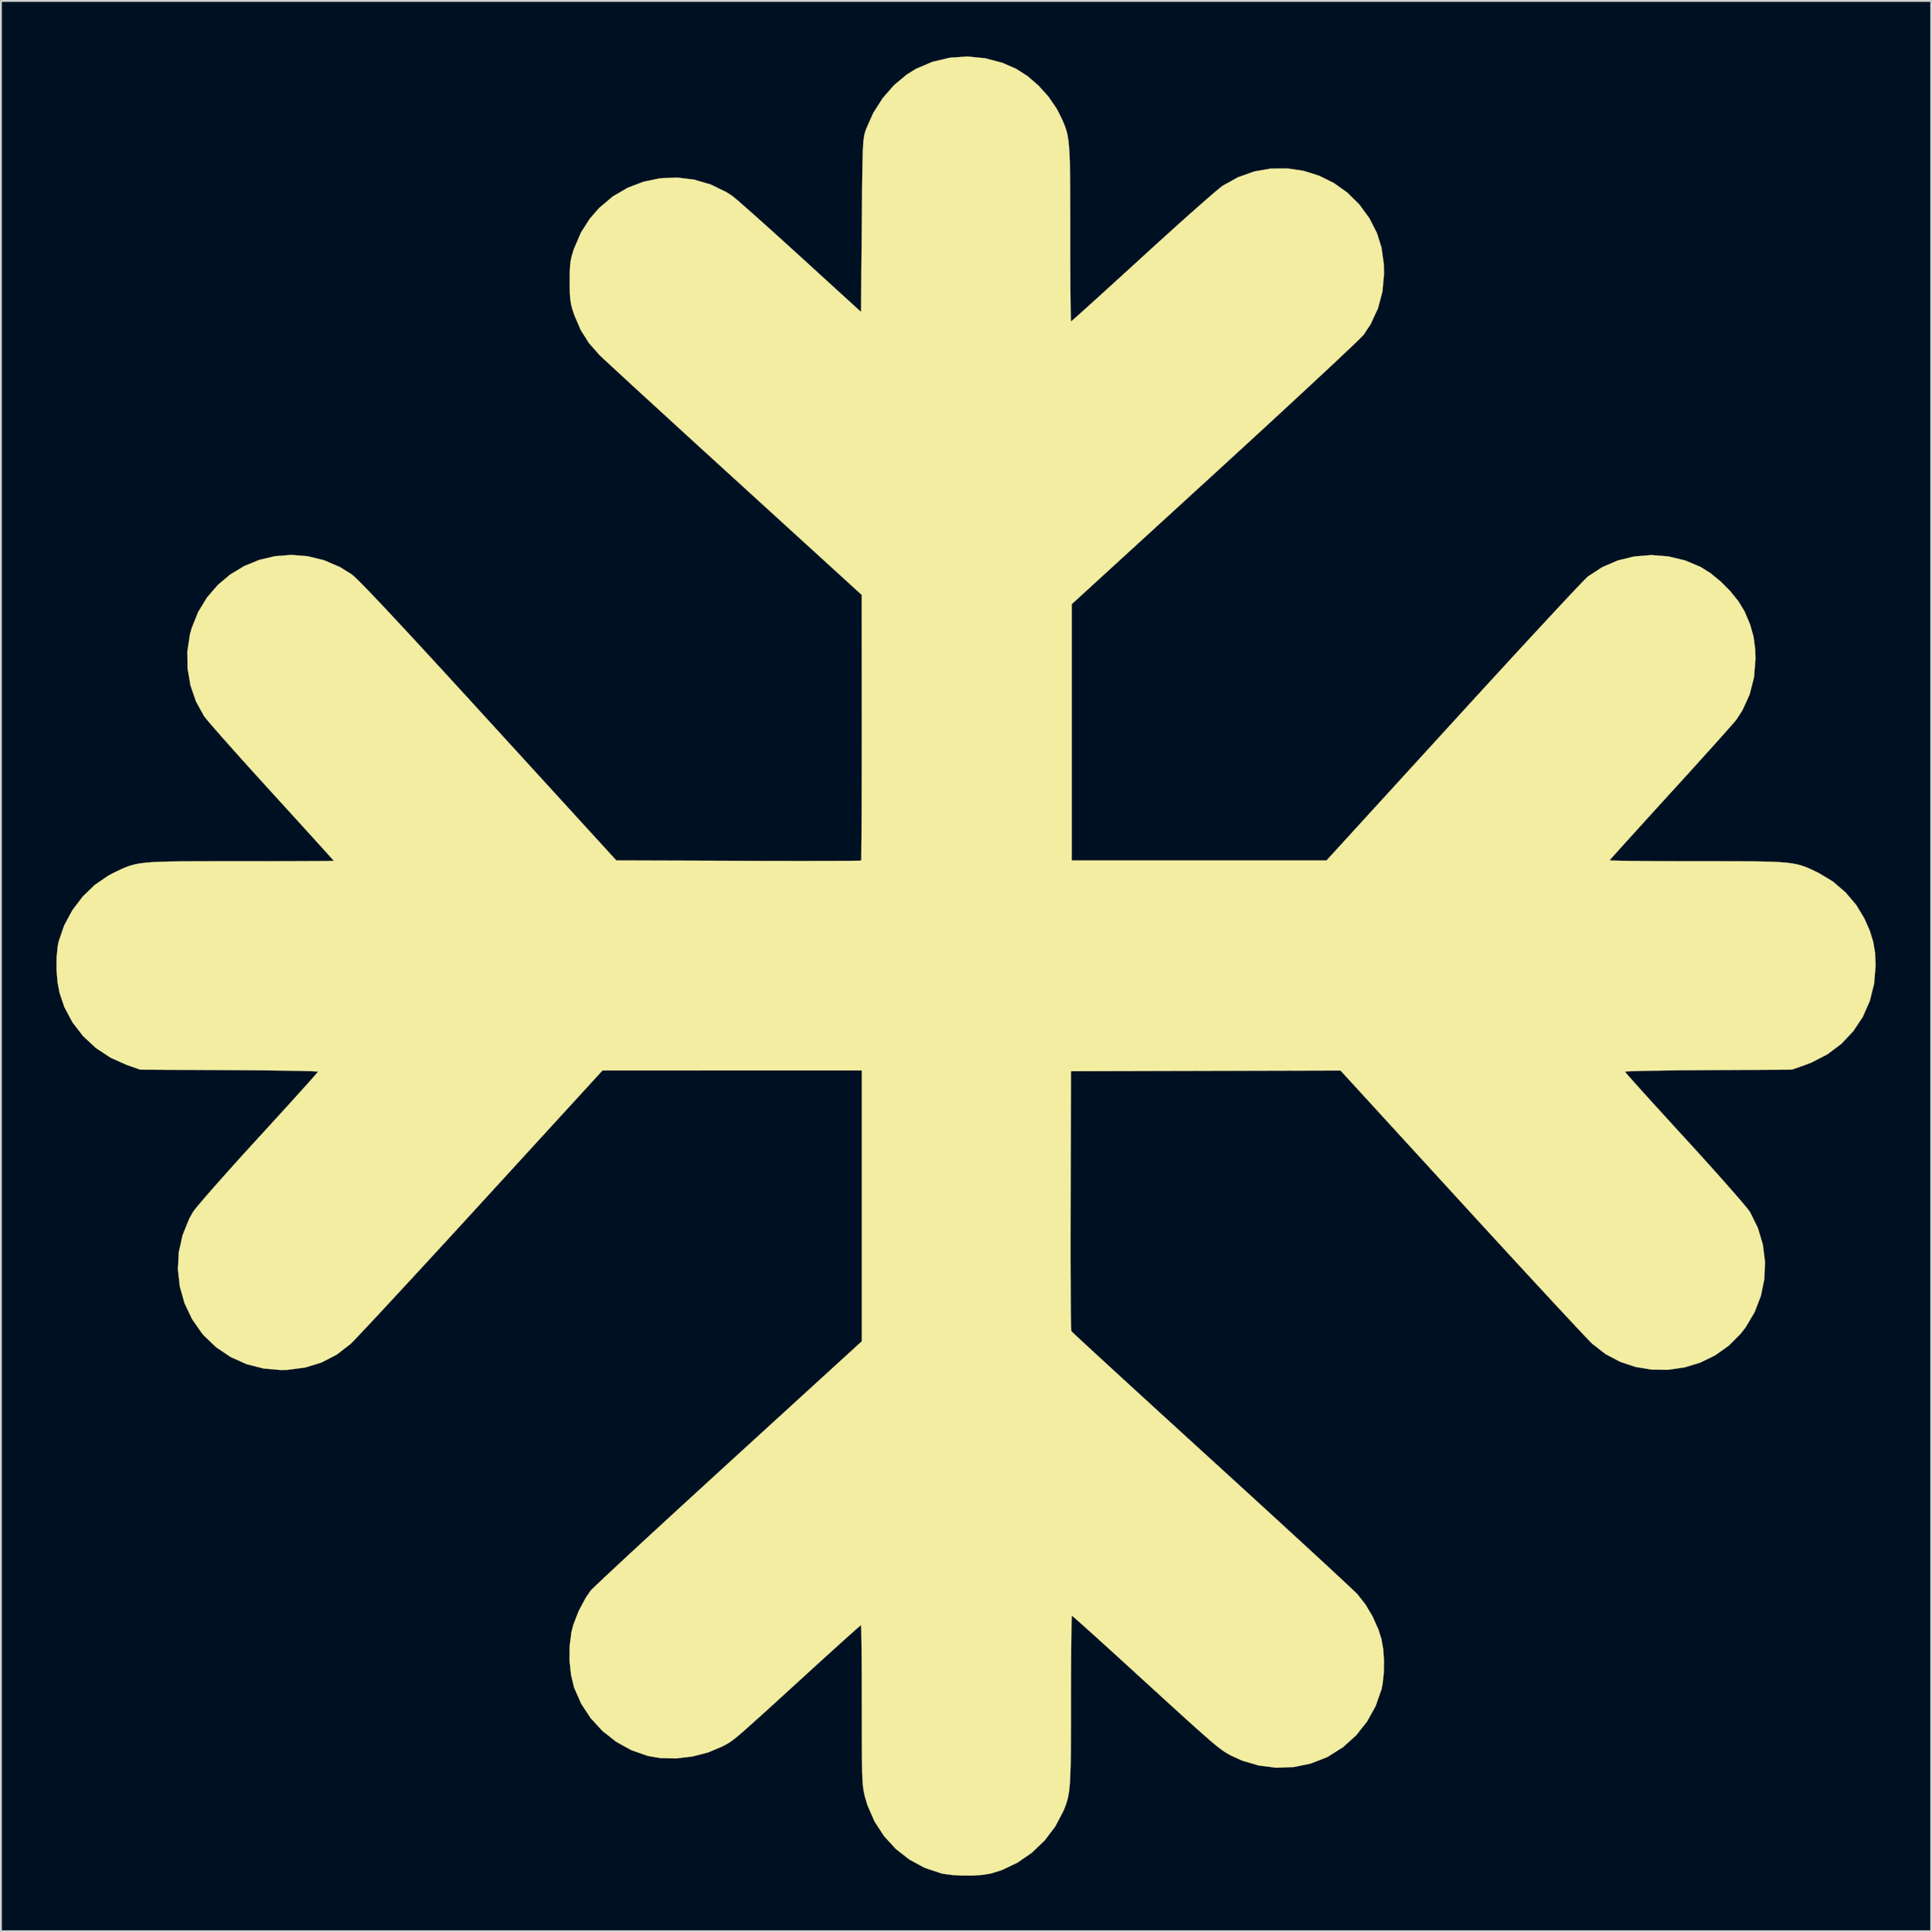
<source format=kicad_pcb>
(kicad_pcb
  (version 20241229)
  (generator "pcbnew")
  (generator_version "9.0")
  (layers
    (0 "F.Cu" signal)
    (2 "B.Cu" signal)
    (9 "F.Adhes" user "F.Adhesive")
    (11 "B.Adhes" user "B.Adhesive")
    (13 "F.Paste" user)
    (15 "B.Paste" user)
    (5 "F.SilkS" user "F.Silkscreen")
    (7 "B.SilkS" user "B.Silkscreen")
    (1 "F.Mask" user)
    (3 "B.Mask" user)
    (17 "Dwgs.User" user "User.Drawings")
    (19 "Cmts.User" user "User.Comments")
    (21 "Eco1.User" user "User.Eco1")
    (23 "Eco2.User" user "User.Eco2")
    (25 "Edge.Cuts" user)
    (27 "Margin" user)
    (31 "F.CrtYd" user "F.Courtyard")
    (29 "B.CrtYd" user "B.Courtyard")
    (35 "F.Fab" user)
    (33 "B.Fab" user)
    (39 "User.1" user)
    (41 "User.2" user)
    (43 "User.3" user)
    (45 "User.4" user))
  (footprint "christmas-snow_10x10_F"
    (layer "F.Cu")
    (at 49.105 49.117)
    (property "Reference" "christmas-snow_10x10_F" (at 0 0 0) (layer "F.SilkS") (effects (font (size 1.524 1.524) (thickness 0.3))))
    (attr through_hole)
    (fp_poly (pts (xy 1.081 -49.019) (xy 2.018 -48.768) (xy 2.75 -48.449) (xy 3.366 -48.056) (xy 3.963 -47.539) (xy 4.5 -46.941) (xy 4.934 -46.307) (xy 5.066 -46.059) (xy 5.19 -45.804) (xy 5.295 -45.577) (xy 5.384 -45.362) (xy 5.458 -45.144) (xy 5.518 -44.908) (xy 5.566 -44.638) (xy 5.602 -44.318) (xy 5.63 -43.935) (xy 5.649 -43.472) (xy 5.661 -42.915) (xy 5.668 -42.247) (xy 5.672 -41.454) (xy 5.673 -40.521) (xy 5.673 -39.564) (xy 5.673 -38.683) (xy 5.676 -37.855) (xy 5.679 -37.095) (xy 5.684 -36.418) (xy 5.69 -35.839) (xy 5.696 -35.373) (xy 5.704 -35.035) (xy 5.712 -34.841) (xy 5.718 -34.798) (xy 5.786 -34.854) (xy 5.969 -35.014) (xy 6.255 -35.269) (xy 6.633 -35.609) (xy 7.092 -36.025) (xy 7.622 -36.506) (xy 8.211 -37.042) (xy 8.85 -37.625) (xy 9.526 -38.243) (xy 9.578 -38.291) (xy 10.273 -38.925) (xy 10.944 -39.533) (xy 11.579 -40.105) (xy 12.165 -40.629) (xy 12.69 -41.093) (xy 13.14 -41.487) (xy 13.503 -41.799) (xy 13.767 -42.019) (xy 13.914 -42.132) (xy 14.748 -42.594) (xy 15.617 -42.901) (xy 16.506 -43.057) (xy 17.397 -43.067) (xy 18.273 -42.938) (xy 19.118 -42.674) (xy 19.914 -42.28) (xy 20.644 -41.762) (xy 21.291 -41.124) (xy 21.84 -40.372) (xy 22.243 -39.582) (xy 22.493 -38.79) (xy 22.616 -37.91) (xy 22.631 -37.38) (xy 22.544 -36.414) (xy 22.3 -35.498) (xy 21.904 -34.646) (xy 21.526 -34.078) (xy 21.424 -33.968) (xy 21.204 -33.751) (xy 20.875 -33.435) (xy 20.444 -33.028) (xy 19.92 -32.535) (xy 19.311 -31.966) (xy 18.625 -31.328) (xy 17.869 -30.627) (xy 17.052 -29.871) (xy 16.181 -29.068) (xy 15.265 -28.226) (xy 14.312 -27.351) (xy 13.48 -26.589) (xy 5.757 -19.524) (xy 5.757 -5.673) (xy 19.522 -5.673) (xy 26.377 -13.179) (xy 27.26 -14.145) (xy 28.116 -15.08) (xy 28.939 -15.976) (xy 29.72 -16.826) (xy 30.453 -17.62) (xy 31.13 -18.351) (xy 31.742 -19.011) (xy 32.283 -19.591) (xy 32.745 -20.084) (xy 33.121 -20.482) (xy 33.403 -20.775) (xy 33.583 -20.957) (xy 33.643 -21.012) (xy 34.411 -21.516) (xy 35.253 -21.879) (xy 36.146 -22.099) (xy 37.068 -22.174) (xy 37.996 -22.102) (xy 38.907 -21.881) (xy 39.734 -21.533) (xy 40.275 -21.193) (xy 40.823 -20.743) (xy 41.338 -20.225) (xy 41.777 -19.68) (xy 42.1 -19.15) (xy 42.108 -19.135) (xy 42.41 -18.425) (xy 42.598 -17.754) (xy 42.688 -17.049) (xy 42.701 -16.552) (xy 42.619 -15.563) (xy 42.385 -14.642) (xy 41.999 -13.793) (xy 41.667 -13.281) (xy 41.567 -13.16) (xy 41.363 -12.926) (xy 41.067 -12.591) (xy 40.69 -12.169) (xy 40.243 -11.671) (xy 39.737 -11.111) (xy 39.184 -10.499) (xy 38.593 -9.849) (xy 38.134 -9.346) (xy 37.532 -8.685) (xy 36.964 -8.061) (xy 36.442 -7.486) (xy 35.975 -6.971) (xy 35.572 -6.527) (xy 35.246 -6.164) (xy 35.005 -5.895) (xy 34.86 -5.731) (xy 34.819 -5.683) (xy 34.897 -5.673) (xy 35.13 -5.664) (xy 35.502 -5.655) (xy 35.998 -5.648) (xy 36.603 -5.642) (xy 37.302 -5.637) (xy 38.081 -5.633) (xy 38.924 -5.631) (xy 39.561 -5.63) (xy 40.631 -5.63) (xy 41.548 -5.629) (xy 42.326 -5.625) (xy 42.981 -5.617) (xy 43.528 -5.604) (xy 43.984 -5.583) (xy 44.362 -5.553) (xy 44.679 -5.514) (xy 44.95 -5.462) (xy 45.191 -5.397) (xy 45.417 -5.318) (xy 45.643 -5.222) (xy 45.884 -5.108) (xy 46.143 -4.982) (xy 46.883 -4.534) (xy 47.56 -3.954) (xy 48.139 -3.276) (xy 48.585 -2.54) (xy 48.871 -1.89) (xy 49.057 -1.299) (xy 49.159 -0.702) (xy 49.191 -0.034) (xy 49.191 0.004) (xy 49.111 0.991) (xy 48.877 1.921) (xy 48.499 2.779) (xy 47.984 3.554) (xy 47.344 4.233) (xy 46.585 4.803) (xy 45.718 5.25) (xy 45.379 5.38) (xy 44.662 5.63) (xy 40.153 5.655) (xy 39.297 5.661) (xy 38.495 5.668) (xy 37.761 5.677) (xy 37.111 5.687) (xy 36.561 5.698) (xy 36.127 5.71) (xy 35.823 5.722) (xy 35.666 5.734) (xy 35.647 5.74) (xy 35.703 5.811) (xy 35.863 5.996) (xy 36.118 6.283) (xy 36.457 6.661) (xy 36.869 7.118) (xy 37.345 7.642) (xy 37.875 8.223) (xy 38.447 8.85) (xy 38.885 9.328) (xy 39.495 9.995) (xy 40.076 10.638) (xy 40.62 11.243) (xy 41.113 11.798) (xy 41.544 12.289) (xy 41.902 12.703) (xy 42.175 13.027) (xy 42.351 13.249) (xy 42.408 13.329) (xy 42.832 14.188) (xy 43.1 15.091) (xy 43.216 16.017) (xy 43.179 16.946) (xy 42.991 17.859) (xy 42.654 18.734) (xy 42.17 19.551) (xy 41.913 19.885) (xy 41.265 20.539) (xy 40.528 21.063) (xy 39.724 21.457) (xy 38.871 21.719) (xy 37.991 21.847) (xy 37.102 21.84) (xy 36.226 21.696) (xy 35.383 21.415) (xy 34.592 20.995) (xy 33.887 20.446) (xy 33.754 20.314) (xy 33.516 20.066) (xy 33.179 19.709) (xy 32.753 19.254) (xy 32.244 18.708) (xy 31.661 18.08) (xy 31.012 17.379) (xy 30.305 16.614) (xy 29.547 15.792) (xy 28.748 14.923) (xy 27.914 14.016) (xy 27.055 13.078) (xy 26.797 12.797) (xy 20.278 5.676) (xy 12.996 5.696) (xy 5.715 5.715) (xy 5.693 12.685) (xy 5.691 13.759) (xy 5.69 14.784) (xy 5.69 15.748) (xy 5.692 16.639) (xy 5.696 17.444) (xy 5.7 18.15) (xy 5.706 18.745) (xy 5.713 19.215) (xy 5.721 19.548) (xy 5.731 19.731) (xy 5.736 19.762) (xy 5.805 19.832) (xy 5.992 20.008) (xy 6.289 20.285) (xy 6.688 20.653) (xy 7.181 21.108) (xy 7.76 21.64) (xy 8.418 22.244) (xy 9.146 22.912) (xy 9.938 23.636) (xy 10.785 24.411) (xy 11.679 25.228) (xy 12.613 26.08) (xy 13.25 26.661) (xy 14.216 27.542) (xy 15.154 28.399) (xy 16.055 29.224) (xy 16.911 30.008) (xy 17.714 30.745) (xy 18.455 31.426) (xy 19.126 32.045) (xy 19.718 32.592) (xy 20.223 33.061) (xy 20.634 33.444) (xy 20.94 33.732) (xy 21.134 33.919) (xy 21.192 33.977) (xy 21.626 34.527) (xy 22.016 35.185) (xy 22.329 35.891) (xy 22.492 36.407) (xy 22.587 36.949) (xy 22.628 37.58) (xy 22.616 38.231) (xy 22.551 38.831) (xy 22.492 39.116) (xy 22.174 40.022) (xy 21.712 40.857) (xy 21.12 41.602) (xy 20.414 42.239) (xy 19.609 42.748) (xy 19.516 42.796) (xy 18.649 43.131) (xy 17.733 43.315) (xy 16.795 43.348) (xy 15.859 43.23) (xy 14.953 42.962) (xy 14.38 42.701) (xy 14.249 42.631) (xy 14.123 42.559) (xy 13.992 42.477) (xy 13.848 42.376) (xy 13.68 42.248) (xy 13.478 42.086) (xy 13.234 41.879) (xy 12.938 41.621) (xy 12.579 41.303) (xy 12.149 40.917) (xy 11.637 40.454) (xy 11.035 39.906) (xy 10.332 39.264) (xy 9.519 38.522) (xy 9.026 38.071) (xy 8.404 37.503) (xy 7.82 36.972) (xy 7.286 36.487) (xy 6.813 36.06) (xy 6.414 35.702) (xy 6.1 35.422) (xy 5.883 35.232) (xy 5.776 35.142) (xy 5.766 35.137) (xy 5.756 35.219) (xy 5.747 35.455) (xy 5.739 35.829) (xy 5.732 36.327) (xy 5.726 36.931) (xy 5.721 37.628) (xy 5.717 38.402) (xy 5.715 39.236) (xy 5.715 39.688) (xy 5.715 40.741) (xy 5.712 41.64) (xy 5.707 42.4) (xy 5.699 43.037) (xy 5.685 43.566) (xy 5.666 44.002) (xy 5.64 44.36) (xy 5.606 44.657) (xy 5.563 44.906) (xy 5.51 45.125) (xy 5.447 45.327) (xy 5.371 45.528) (xy 5.309 45.678) (xy 4.869 46.519) (xy 4.294 47.279) (xy 3.606 47.938) (xy 2.824 48.479) (xy 1.969 48.885) (xy 1.4 49.063) (xy 0.968 49.137) (xy 0.432 49.175) (xy -0.149 49.178) (xy -0.712 49.146) (xy -1.197 49.08) (xy -1.307 49.056) (xy -2.201 48.755) (xy -3.022 48.31) (xy -3.755 47.735) (xy -4.386 47.044) (xy -4.9 46.254) (xy -5.283 45.377) (xy -5.418 44.923) (xy -5.456 44.764) (xy -5.489 44.602) (xy -5.515 44.423) (xy -5.536 44.21) (xy -5.553 43.946) (xy -5.566 43.617) (xy -5.575 43.207) (xy -5.581 42.698) (xy -5.585 42.075) (xy -5.587 41.323) (xy -5.588 40.425) (xy -5.588 39.949) (xy -5.589 39.113) (xy -5.591 38.331) (xy -5.595 37.618) (xy -5.6 36.991) (xy -5.606 36.464) (xy -5.613 36.055) (xy -5.621 35.779) (xy -5.63 35.651) (xy -5.632 35.645) (xy -5.702 35.7) (xy -5.884 35.858) (xy -6.166 36.109) (xy -6.535 36.44) (xy -6.979 36.84) (xy -7.485 37.298) (xy -8.041 37.803) (xy -8.575 38.291) (xy -9.371 39.017) (xy -10.052 39.639) (xy -10.629 40.164) (xy -11.113 40.603) (xy -11.513 40.963) (xy -11.84 41.255) (xy -12.105 41.486) (xy -12.318 41.667) (xy -12.49 41.806) (xy -12.631 41.911) (xy -12.751 41.993) (xy -12.862 42.06) (xy -12.973 42.121) (xy -13.095 42.185) (xy -13.11 42.194) (xy -13.892 42.524) (xy -14.744 42.744) (xy -15.621 42.848) (xy -16.478 42.829) (xy -17.148 42.713) (xy -18.036 42.404) (xy -18.859 41.949) (xy -19.599 41.367) (xy -20.236 40.675) (xy -20.752 39.89) (xy -21.128 39.031) (xy -21.139 39) (xy -21.303 38.314) (xy -21.381 37.55) (xy -21.374 36.771) (xy -21.28 36.037) (xy -21.181 35.645) (xy -20.889 34.887) (xy -20.508 34.173) (xy -20.244 33.787) (xy -20.154 33.693) (xy -19.946 33.492) (xy -19.63 33.192) (xy -19.212 32.8) (xy -18.702 32.325) (xy -18.108 31.773) (xy -17.437 31.153) (xy -16.697 30.471) (xy -15.898 29.735) (xy -15.046 28.953) (xy -14.15 28.132) (xy -13.219 27.28) (xy -12.806 26.902) (xy -5.588 20.309) (xy -5.588 5.673) (xy -12.594 5.673) (xy -19.6 5.674) (xy -26.12 12.796) (xy -26.985 13.741) (xy -27.827 14.658) (xy -28.637 15.539) (xy -29.408 16.376) (xy -30.131 17.159) (xy -30.798 17.88) (xy -31.401 18.53) (xy -31.933 19.102) (xy -32.385 19.585) (xy -32.749 19.971) (xy -33.017 20.253) (xy -33.182 20.42) (xy -33.209 20.447) (xy -33.951 21.023) (xy -34.773 21.451) (xy -35.67 21.728) (xy -36.638 21.853) (xy -36.967 21.861) (xy -37.92 21.779) (xy -38.835 21.542) (xy -39.691 21.158) (xy -40.469 20.637) (xy -41.147 19.989) (xy -41.236 19.885) (xy -41.784 19.099) (xy -42.185 18.246) (xy -42.438 17.347) (xy -42.541 16.423) (xy -42.492 15.493) (xy -42.29 14.577) (xy -41.934 13.697) (xy -41.73 13.329) (xy -41.62 13.179) (xy -41.406 12.918) (xy -41.1 12.558) (xy -40.714 12.114) (xy -40.258 11.598) (xy -39.745 11.023) (xy -39.186 10.402) (xy -38.593 9.749) (xy -38.208 9.328) (xy -37.611 8.676) (xy -37.049 8.061) (xy -36.533 7.494) (xy -36.073 6.986) (xy -35.68 6.55) (xy -35.363 6.196) (xy -35.133 5.935) (xy -35 5.78) (xy -34.969 5.739) (xy -35.051 5.728) (xy -35.287 5.716) (xy -35.663 5.705) (xy -36.162 5.694) (xy -36.771 5.683) (xy -37.474 5.674) (xy -38.256 5.666) (xy -39.102 5.659) (xy -39.772 5.655) (xy -44.577 5.63) (xy -45.295 5.38) (xy -46.177 4.987) (xy -46.971 4.463) (xy -47.662 3.822) (xy -48.234 3.081) (xy -48.674 2.255) (xy -48.939 1.477) (xy -49.047 0.89) (xy -49.1 0.232) (xy -49.096 -0.431) (xy -49.036 -1.036) (xy -48.979 -1.316) (xy -48.68 -2.177) (xy -48.243 -2.987) (xy -47.687 -3.72) (xy -47.034 -4.351) (xy -46.302 -4.854) (xy -46.059 -4.982) (xy -45.795 -5.111) (xy -45.561 -5.221) (xy -45.341 -5.315) (xy -45.122 -5.393) (xy -44.887 -5.457) (xy -44.623 -5.508) (xy -44.315 -5.548) (xy -43.947 -5.579) (xy -43.504 -5.6) (xy -42.973 -5.615) (xy -42.338 -5.624) (xy -41.585 -5.628) (xy -40.698 -5.63) (xy -39.662 -5.63) (xy -39.18 -5.63) (xy -38.271 -5.631) (xy -37.416 -5.632) (xy -36.627 -5.634) (xy -35.919 -5.636) (xy -35.308 -5.639) (xy -34.808 -5.642) (xy -34.434 -5.646) (xy -34.2 -5.65) (xy -34.121 -5.654) (xy -34.176 -5.719) (xy -34.336 -5.899) (xy -34.59 -6.181) (xy -34.928 -6.555) (xy -35.341 -7.01) (xy -35.818 -7.535) (xy -36.349 -8.119) (xy -36.925 -8.751) (xy -37.478 -9.358) (xy -38.097 -10.038) (xy -38.69 -10.694) (xy -39.245 -11.31) (xy -39.75 -11.876) (xy -40.195 -12.378) (xy -40.568 -12.804) (xy -40.858 -13.141) (xy -41.054 -13.376) (xy -41.135 -13.482) (xy -41.567 -14.268) (xy -41.862 -15.131) (xy -42.019 -16.04) (xy -42.031 -16.966) (xy -41.894 -17.876) (xy -41.806 -18.203) (xy -41.451 -19.091) (xy -40.972 -19.878) (xy -40.386 -20.559) (xy -39.708 -21.129) (xy -38.956 -21.582) (xy -38.146 -21.913) (xy -37.293 -22.115) (xy -36.415 -22.183) (xy -35.529 -22.112) (xy -34.649 -21.896) (xy -33.794 -21.529) (xy -33.177 -21.151) (xy -33.05 -21.047) (xy -32.85 -20.858) (xy -32.573 -20.581) (xy -32.214 -20.212) (xy -31.771 -19.748) (xy -31.24 -19.185) (xy -30.618 -18.518) (xy -29.9 -17.745) (xy -29.085 -16.861) (xy -28.167 -15.864) (xy -27.144 -14.748) (xy -26.013 -13.511) (xy -25.758 -13.232) (xy -18.854 -5.675) (xy -12.256 -5.653) (xy -11.215 -5.649) (xy -10.223 -5.647) (xy -9.294 -5.646) (xy -8.44 -5.646) (xy -7.675 -5.647) (xy -7.012 -5.649) (xy -6.462 -5.651) (xy -6.04 -5.655) (xy -5.759 -5.659) (xy -5.63 -5.664) (xy -5.623 -5.666) (xy -5.618 -5.754) (xy -5.613 -5.999) (xy -5.608 -6.388) (xy -5.604 -6.91) (xy -5.6 -7.551) (xy -5.597 -8.3) (xy -5.595 -9.143) (xy -5.593 -10.069) (xy -5.592 -11.065) (xy -5.591 -12.119) (xy -5.591 -12.862) (xy -5.594 -20.024) (xy -12.419 -26.247) (xy -13.344 -27.091) (xy -14.243 -27.911) (xy -15.105 -28.699) (xy -15.922 -29.447) (xy -16.685 -30.146) (xy -17.386 -30.788) (xy -18.014 -31.365) (xy -18.562 -31.87) (xy -19.021 -32.293) (xy -19.381 -32.626) (xy -19.634 -32.863) (xy -19.771 -32.993) (xy -19.773 -32.995) (xy -20.337 -33.637) (xy -20.776 -34.335) (xy -21.121 -35.139) (xy -21.136 -35.18) (xy -21.236 -35.485) (xy -21.303 -35.749) (xy -21.344 -36.022) (xy -21.364 -36.352) (xy -21.371 -36.786) (xy -21.371 -36.957) (xy -21.368 -37.436) (xy -21.352 -37.794) (xy -21.319 -38.08) (xy -21.261 -38.342) (xy -21.172 -38.628) (xy -21.136 -38.734) (xy -20.766 -39.596) (xy -20.288 -40.348) (xy -19.771 -40.938) (xy -19.045 -41.55) (xy -18.241 -42.02) (xy -17.381 -42.349) (xy -16.483 -42.533) (xy -15.568 -42.572) (xy -14.655 -42.462) (xy -13.766 -42.203) (xy -12.918 -41.793) (xy -12.596 -41.586) (xy -12.464 -41.481) (xy -12.221 -41.274) (xy -11.88 -40.975) (xy -11.453 -40.598) (xy -10.955 -40.153) (xy -10.397 -39.652) (xy -9.795 -39.107) (xy -9.16 -38.531) (xy -8.932 -38.323) (xy -5.63 -35.311) (xy -5.588 -39.986) (xy -5.579 -40.995) (xy -5.57 -41.848) (xy -5.562 -42.562) (xy -5.553 -43.151) (xy -5.543 -43.629) (xy -5.531 -44.011) (xy -5.516 -44.313) (xy -5.498 -44.548) (xy -5.476 -44.732) (xy -5.45 -44.879) (xy -5.418 -45.005) (xy -5.38 -45.122) (xy -5.349 -45.212) (xy -4.963 -46.075) (xy -4.456 -46.867) (xy -3.848 -47.563) (xy -3.161 -48.138) (xy -2.652 -48.452) (xy -1.762 -48.829) (xy -0.83 -49.049) (xy 0.125 -49.112) (xy 1.081 -49.019)) (stroke (width 0.01) (type solid)) (fill yes) (layer "F.SilkS")))
  (gr_rect
    (start -3 -3)
    (end 101.301 101.301)
    (stroke (width 0.1) (type default))
    (fill no)
    (layer "Edge.Cuts")))
</source>
